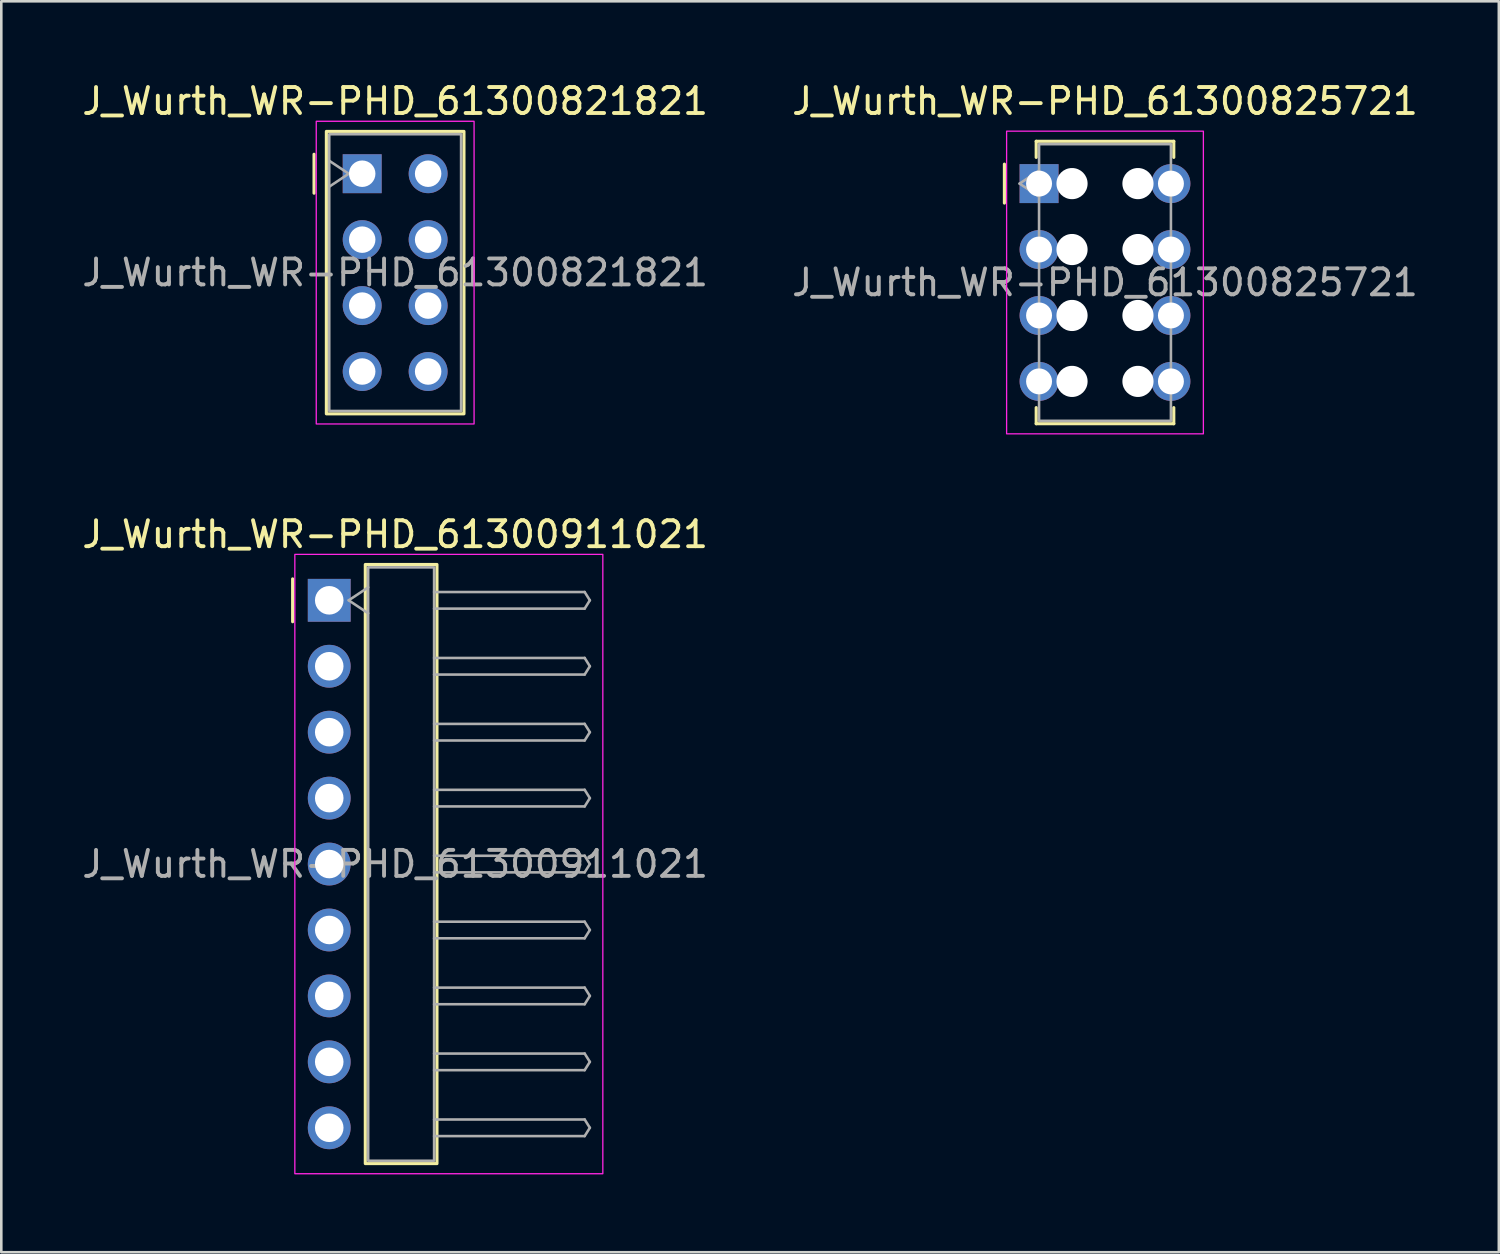
<source format=kicad_pcb>
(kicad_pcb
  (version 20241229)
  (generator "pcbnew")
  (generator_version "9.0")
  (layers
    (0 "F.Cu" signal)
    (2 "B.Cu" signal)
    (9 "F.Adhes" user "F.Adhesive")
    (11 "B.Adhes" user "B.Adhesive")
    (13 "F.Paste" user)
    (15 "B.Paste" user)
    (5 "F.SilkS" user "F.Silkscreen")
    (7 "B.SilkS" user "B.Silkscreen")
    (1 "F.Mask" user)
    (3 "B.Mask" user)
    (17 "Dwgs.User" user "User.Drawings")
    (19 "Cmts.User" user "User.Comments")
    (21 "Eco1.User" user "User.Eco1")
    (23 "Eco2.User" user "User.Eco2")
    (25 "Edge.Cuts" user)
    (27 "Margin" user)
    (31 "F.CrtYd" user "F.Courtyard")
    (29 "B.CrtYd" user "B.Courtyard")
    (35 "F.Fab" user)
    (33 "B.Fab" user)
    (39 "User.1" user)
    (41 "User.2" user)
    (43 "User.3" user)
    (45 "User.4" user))
  (footprint "J_Wurth_WR-PHD_61300911021"
    (layer "F.Cu")
    (at 9.633 20.076)
    (property "Reference" "J_Wurth_WR-PHD_61300911021" (at 2.54 -2.54 0) (unlocked yes) (layer "F.SilkS") (effects (font (size 1 1) (thickness 0.15))))
    (attr through_hole)
    (fp_line (start -1.41 -0.825) (end -1.41 0.825) (stroke (width 0.12) (type solid)) (layer "F.SilkS"))
    (fp_rect (start 1.39 -1.38) (end 4.15 21.7) (stroke (width 0.12) (type solid)) (fill no) (layer "F.SilkS"))
    (fp_rect (start -1.325 -1.77) (end 10.54 22.09) (stroke (width 0.05) (type solid)) (fill no) (layer "F.CrtYd"))
    (fp_line (start 0.75 0) (end 1.5 -0.5) (stroke (width 0.1) (type solid)) (layer "F.Fab"))
    (fp_line (start 0.75 0) (end 1.5 0.5) (stroke (width 0.1) (type solid)) (layer "F.Fab"))
    (fp_line (start 4.04 0.32) (end 9.84 0.32) (stroke (width 0.1) (type solid)) (layer "F.Fab"))
    (fp_line (start 4.04 2.86) (end 9.84 2.86) (stroke (width 0.1) (type solid)) (layer "F.Fab"))
    (fp_line (start 4.04 5.4) (end 9.84 5.4) (stroke (width 0.1) (type solid)) (layer "F.Fab"))
    (fp_line (start 4.04 7.94) (end 9.84 7.94) (stroke (width 0.1) (type solid)) (layer "F.Fab"))
    (fp_line (start 4.04 10.48) (end 9.84 10.48) (stroke (width 0.1) (type solid)) (layer "F.Fab"))
    (fp_line (start 4.04 13.02) (end 9.84 13.02) (stroke (width 0.1) (type solid)) (layer "F.Fab"))
    (fp_line (start 4.04 15.56) (end 9.84 15.56) (stroke (width 0.1) (type solid)) (layer "F.Fab"))
    (fp_line (start 4.04 18.1) (end 9.84 18.1) (stroke (width 0.1) (type solid)) (layer "F.Fab"))
    (fp_line (start 4.04 20.64) (end 9.84 20.64) (stroke (width 0.1) (type solid)) (layer "F.Fab"))
    (fp_line (start 9.84 -0.32) (end 4.04 -0.32) (stroke (width 0.1) (type solid)) (layer "F.Fab"))
    (fp_line (start 9.84 0.32) (end 10.04 0) (stroke (width 0.1) (type default)) (layer "F.Fab"))
    (fp_line (start 9.84 2.22) (end 4.04 2.22) (stroke (width 0.1) (type solid)) (layer "F.Fab"))
    (fp_line (start 9.84 2.86) (end 10.04 2.54) (stroke (width 0.1) (type default)) (layer "F.Fab"))
    (fp_line (start 9.84 4.76) (end 4.04 4.76) (stroke (width 0.1) (type solid)) (layer "F.Fab"))
    (fp_line (start 9.84 5.4) (end 10.04 5.08) (stroke (width 0.1) (type default)) (layer "F.Fab"))
    (fp_line (start 9.84 7.3) (end 4.04 7.3) (stroke (width 0.1) (type solid)) (layer "F.Fab"))
    (fp_line (start 9.84 7.94) (end 10.04 7.62) (stroke (width 0.1) (type default)) (layer "F.Fab"))
    (fp_line (start 9.84 9.84) (end 4.04 9.84) (stroke (width 0.1) (type solid)) (layer "F.Fab"))
    (fp_line (start 9.84 10.48) (end 10.04 10.16) (stroke (width 0.1) (type solid)) (layer "F.Fab"))
    (fp_line (start 9.84 12.38) (end 4.04 12.38) (stroke (width 0.1) (type solid)) (layer "F.Fab"))
    (fp_line (start 9.84 13.02) (end 10.04 12.7) (stroke (width 0.1) (type solid)) (layer "F.Fab"))
    (fp_line (start 9.84 14.92) (end 4.04 14.92) (stroke (width 0.1) (type solid)) (layer "F.Fab"))
    (fp_line (start 9.84 15.56) (end 10.04 15.24) (stroke (width 0.1) (type solid)) (layer "F.Fab"))
    (fp_line (start 9.84 17.46) (end 4.04 17.46) (stroke (width 0.1) (type solid)) (layer "F.Fab"))
    (fp_line (start 9.84 20) (end 4.04 20) (stroke (width 0.1) (type solid)) (layer "F.Fab"))
    (fp_line (start 10.04 0) (end 9.84 -0.32) (stroke (width 0.1) (type solid)) (layer "F.Fab"))
    (fp_line (start 10.04 2.54) (end 9.84 2.22) (stroke (width 0.1) (type solid)) (layer "F.Fab"))
    (fp_line (start 10.04 5.08) (end 9.84 4.76) (stroke (width 0.1) (type solid)) (layer "F.Fab"))
    (fp_line (start 10.04 7.62) (end 9.84 7.3) (stroke (width 0.1) (type solid)) (layer "F.Fab"))
    (fp_line (start 10.04 10.16) (end 9.84 9.84) (stroke (width 0.1) (type solid)) (layer "F.Fab"))
    (fp_line (start 10.04 12.7) (end 9.84 12.38) (stroke (width 0.1) (type solid)) (layer "F.Fab"))
    (fp_line (start 10.04 15.24) (end 9.84 14.92) (stroke (width 0.1) (type solid)) (layer "F.Fab"))
    (fp_line (start 10.04 17.78) (end 9.84 17.46) (stroke (width 0.1) (type solid)) (layer "F.Fab"))
    (fp_line (start 10.04 17.78) (end 9.84 18.1) (stroke (width 0.1) (type solid)) (layer "F.Fab"))
    (fp_line (start 10.04 20.32) (end 9.84 20) (stroke (width 0.1) (type solid)) (layer "F.Fab"))
    (fp_line (start 10.04 20.32) (end 9.84 20.64) (stroke (width 0.1) (type solid)) (layer "F.Fab"))
    (fp_rect (start 1.5 -1.27) (end 4.04 21.59) (stroke (width 0.1) (type solid)) (fill no) (layer "F.Fab"))
    (fp_text user "${REFERENCE}" (at 2.54 10.16 0) (unlocked yes) (layer "F.Fab") (effects (font (size 1 1) (thickness 0.15))))
    (pad "1" thru_hole rect (at 0 0 90) (size 1.65 1.65) (drill 1.1) (layers "*.Cu" "*.Mask"))
    (pad "2" thru_hole circle (at 0 2.54 90) (size 1.65 1.65) (drill 1.1) (layers "*.Cu" "*.Mask"))
    (pad "3" thru_hole circle (at 0 5.08 90) (size 1.65 1.65) (drill 1.1) (layers "*.Cu" "*.Mask"))
    (pad "4" thru_hole circle (at 0 7.62 90) (size 1.65 1.65) (drill 1.1) (layers "*.Cu" "*.Mask"))
    (pad "5" thru_hole circle (at 0 10.16 90) (size 1.65 1.65) (drill 1.1) (layers "*.Cu" "*.Mask"))
    (pad "6" thru_hole circle (at 0 12.7 90) (size 1.65 1.65) (drill 1.1) (layers "*.Cu" "*.Mask"))
    (pad "7" thru_hole circle (at 0 15.24 90) (size 1.65 1.65) (drill 1.1) (layers "*.Cu" "*.Mask"))
    (pad "8" thru_hole circle (at 0 17.78 90) (size 1.65 1.65) (drill 1.1) (layers "*.Cu" "*.Mask"))
    (pad "9" thru_hole circle (at 0 20.32 90) (size 1.65 1.65) (drill 1.1) (layers "*.Cu" "*.Mask")))
  (footprint "J_Wurth_WR-PHD_61300821821"
    (layer "F.Cu")
    (at 10.903 3.642)
    (property "Reference" "J_Wurth_WR-PHD_61300821821" (at 1.27 -2.794 0) (unlocked yes) (layer "F.SilkS") (effects (font (size 1 1) (thickness 0.15))))
    (attr through_hole)
    (fp_line (start -1.855 -0.75) (end -1.855 0.75) (stroke (width 0.12) (type solid)) (layer "F.SilkS"))
    (fp_rect (start -1.38 -1.63) (end 3.92 9.25) (stroke (width 0.12) (type solid)) (fill no) (layer "F.SilkS"))
    (fp_rect (start -1.77 -2.02) (end 4.31 9.64) (stroke (width 0.05) (type solid)) (fill no) (layer "F.CrtYd"))
    (fp_line (start -1.27 -0.5) (end -0.52 0) (stroke (width 0.1) (type solid)) (layer "F.Fab"))
    (fp_line (start -0.52 0) (end -1.27 0.5) (stroke (width 0.1) (type solid)) (layer "F.Fab"))
    (fp_rect (start -1.27 -1.52) (end 3.81 9.14) (stroke (width 0.1) (type solid)) (fill no) (layer "F.Fab"))
    (fp_text user "${REFERENCE}" (at 1.27 3.81 0) (unlocked yes) (layer "F.Fab") (effects (font (size 1 1) (thickness 0.15))))
    (pad "1" thru_hole rect (at 0 0) (size 1.5 1.5) (drill 1.02) (layers "*.Cu" "*.Mask"))
    (pad "2" thru_hole circle (at 2.54 0) (size 1.5 1.5) (drill 1.02) (layers "*.Cu" "*.Mask"))
    (pad "3" thru_hole circle (at 0 2.54) (size 1.5 1.5) (drill 1.02) (layers "*.Cu" "*.Mask"))
    (pad "4" thru_hole circle (at 2.54 2.54) (size 1.5 1.5) (drill 1.02) (layers "*.Cu" "*.Mask"))
    (pad "5" thru_hole circle (at 0 5.08) (size 1.5 1.5) (drill 1.02) (layers "*.Cu" "*.Mask"))
    (pad "6" thru_hole circle (at 2.54 5.08) (size 1.5 1.5) (drill 1.02) (layers "*.Cu" "*.Mask"))
    (pad "7" thru_hole circle (at 0 7.62) (size 1.5 1.5) (drill 1.02) (layers "*.Cu" "*.Mask"))
    (pad "8" thru_hole circle (at 2.54 7.62) (size 1.5 1.5) (drill 1.02) (layers "*.Cu" "*.Mask")))
  (footprint "J_Wurth_WR-PHD_61300825721"
    (layer "F.Cu")
    (at 36.978 4.023)
    (property "Reference" "J_Wurth_WR-PHD_61300825721" (at 2.54 -3.175 0) (unlocked yes) (layer "F.SilkS") (effects (font (size 1 1) (thickness 0.15))))
    (attr through_hole)
    (fp_line (start -1.335 -0.75) (end -1.335 0.75) (stroke (width 0.12) (type solid)) (layer "F.SilkS"))
    (fp_line (start -0.11 -1.63) (end -0.11 -1.01) (stroke (width 0.12) (type solid)) (layer "F.SilkS"))
    (fp_line (start -0.11 9.25) (end -0.11 8.63) (stroke (width 0.12) (type solid)) (layer "F.SilkS"))
    (fp_line (start 5.19 -1.63) (end -0.11 -1.63) (stroke (width 0.12) (type solid)) (layer "F.SilkS"))
    (fp_line (start 5.19 -1.63) (end 5.19 -1.01) (stroke (width 0.12) (type solid)) (layer "F.SilkS"))
    (fp_line (start 5.19 9.25) (end -0.11 9.25) (stroke (width 0.12) (type solid)) (layer "F.SilkS"))
    (fp_line (start 5.19 9.25) (end 5.19 8.63) (stroke (width 0.12) (type solid)) (layer "F.SilkS"))
    (fp_rect (start -1.25 -2.02) (end 6.33 9.64) (stroke (width 0.05) (type solid)) (fill no) (layer "F.CrtYd"))
    (fp_line (start -0.75 0) (end 0 -0.5) (stroke (width 0.1) (type solid)) (layer "F.Fab"))
    (fp_line (start 0 0.5) (end -0.75 0) (stroke (width 0.1) (type solid)) (layer "F.Fab"))
    (fp_rect (start 0 -1.52) (end 5.08 9.14) (stroke (width 0.1) (type solid)) (fill no) (layer "F.Fab"))
    (fp_text user "${REFERENCE}" (at 2.54 3.81 0) (unlocked yes) (layer "F.Fab") (effects (font (size 1 1) (thickness 0.15))))
    (pad "" np_thru_hole circle (at 1.27 0 270) (size 1.2 1.2) (drill 1.2) (layers "*.Cu" "*.Mask"))
    (pad "" np_thru_hole circle (at 1.27 2.54 270) (size 1.2 1.2) (drill 1.2) (layers "*.Cu" "*.Mask"))
    (pad "" np_thru_hole circle (at 1.27 5.08 270) (size 1.2 1.2) (drill 1.2) (layers "*.Cu" "*.Mask"))
    (pad "" np_thru_hole circle (at 1.27 7.62 270) (size 1.2 1.2) (drill 1.2) (layers "*.Cu" "*.Mask"))
    (pad "" np_thru_hole circle (at 3.81 0 270) (size 1.2 1.2) (drill 1.2) (layers "*.Cu" "*.Mask"))
    (pad "" np_thru_hole circle (at 3.81 2.54 270) (size 1.2 1.2) (drill 1.2) (layers "*.Cu" "*.Mask"))
    (pad "" np_thru_hole circle (at 3.81 5.08 270) (size 1.2 1.2) (drill 1.2) (layers "*.Cu" "*.Mask"))
    (pad "" np_thru_hole circle (at 3.81 7.62 270) (size 1.2 1.2) (drill 1.2) (layers "*.Cu" "*.Mask"))
    (pad "1" thru_hole rect (at 0 0 270) (size 1.5 1.5) (drill 1) (layers "*.Cu" "*.Mask"))
    (pad "2" thru_hole circle (at 5.08 0 270) (size 1.5 1.5) (drill 1) (layers "*.Cu" "*.Mask"))
    (pad "3" thru_hole circle (at 0 2.54 270) (size 1.5 1.5) (drill 1) (layers "*.Cu" "*.Mask"))
    (pad "4" thru_hole circle (at 5.08 2.54 270) (size 1.5 1.5) (drill 1) (layers "*.Cu" "*.Mask"))
    (pad "5" thru_hole circle (at 0 5.08 270) (size 1.5 1.5) (drill 1) (layers "*.Cu" "*.Mask"))
    (pad "6" thru_hole circle (at 5.08 5.08 270) (size 1.5 1.5) (drill 1) (layers "*.Cu" "*.Mask"))
    (pad "7" thru_hole circle (at 0 7.62 270) (size 1.5 1.5) (drill 1) (layers "*.Cu" "*.Mask"))
    (pad "8" thru_hole circle (at 5.08 7.62 270) (size 1.5 1.5) (drill 1) (layers "*.Cu" "*.Mask")))
  (gr_rect
    (start -3 -3)
    (end 54.69 45.191)
    (stroke (width 0.1) (type default))
    (fill no)
    (layer "Edge.Cuts")))
</source>
